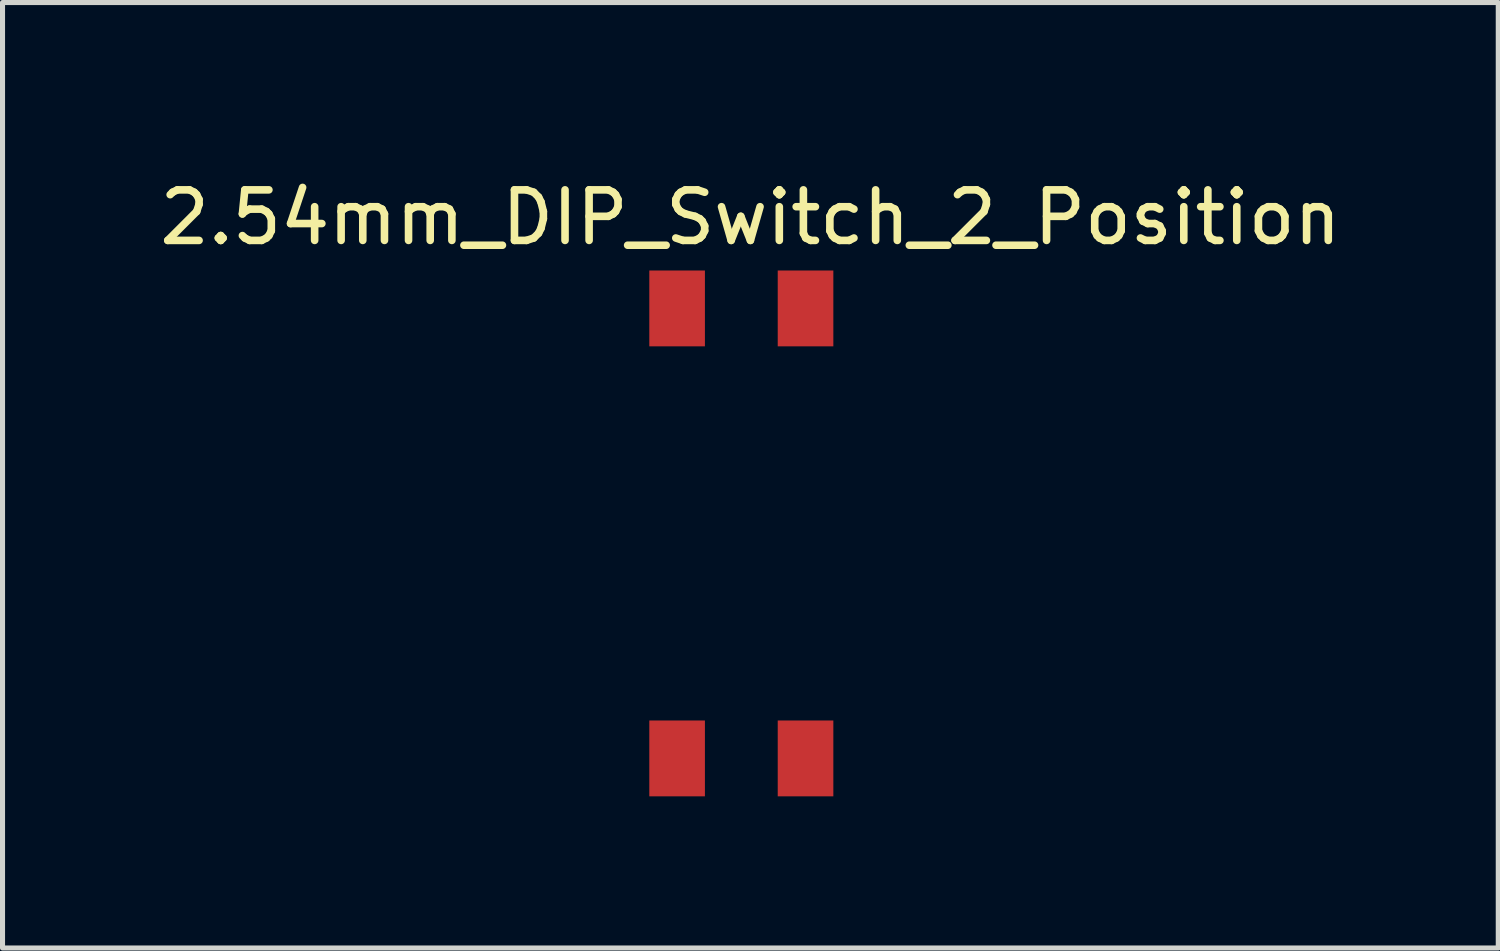
<source format=kicad_pcb>
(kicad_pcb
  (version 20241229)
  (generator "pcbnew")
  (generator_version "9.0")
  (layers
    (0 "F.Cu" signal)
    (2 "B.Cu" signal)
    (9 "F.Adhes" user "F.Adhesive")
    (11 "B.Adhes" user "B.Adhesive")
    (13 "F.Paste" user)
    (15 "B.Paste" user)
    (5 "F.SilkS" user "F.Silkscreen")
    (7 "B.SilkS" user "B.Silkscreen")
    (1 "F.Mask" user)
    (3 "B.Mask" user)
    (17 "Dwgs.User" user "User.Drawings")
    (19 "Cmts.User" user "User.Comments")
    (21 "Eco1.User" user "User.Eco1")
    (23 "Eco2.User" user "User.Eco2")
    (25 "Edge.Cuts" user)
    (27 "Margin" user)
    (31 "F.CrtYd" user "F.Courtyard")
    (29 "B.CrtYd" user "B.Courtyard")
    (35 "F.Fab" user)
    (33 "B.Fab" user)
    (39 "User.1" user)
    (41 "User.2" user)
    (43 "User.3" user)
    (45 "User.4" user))
  (footprint "2.54mm_DIP_Switch_2_Position"
    (layer "F.Cu")
    (at 9.792 0.25)
    (property "Reference" "2.54mm_DIP_Switch_2_Position" (at 2 1 0) (layer "F.SilkS") (effects (font (size 1 1) (thickness 0.15))))
    (attr through_hole)
    (pad "1" smd rect (at 0.55 2.8) (size 1.1 1.5) (layers "F.Cu" "F.Mask" "F.Paste"))
    (pad "2" smd rect (at 3.09 2.8) (size 1.1 1.5) (layers "F.Cu" "F.Mask" "F.Paste"))
    (pad "3" smd rect (at 0.55 11.7) (size 1.1 1.5) (layers "F.Cu" "F.Mask" "F.Paste"))
    (pad "4" smd rect (at 3.09 11.7) (size 1.1 1.5) (layers "F.Cu" "F.Mask" "F.Paste")))
  (gr_rect
    (start -3 -3)
    (end 26.583 15.7)
    (stroke (width 0.1) (type default))
    (fill no)
    (layer "Edge.Cuts")))
</source>
